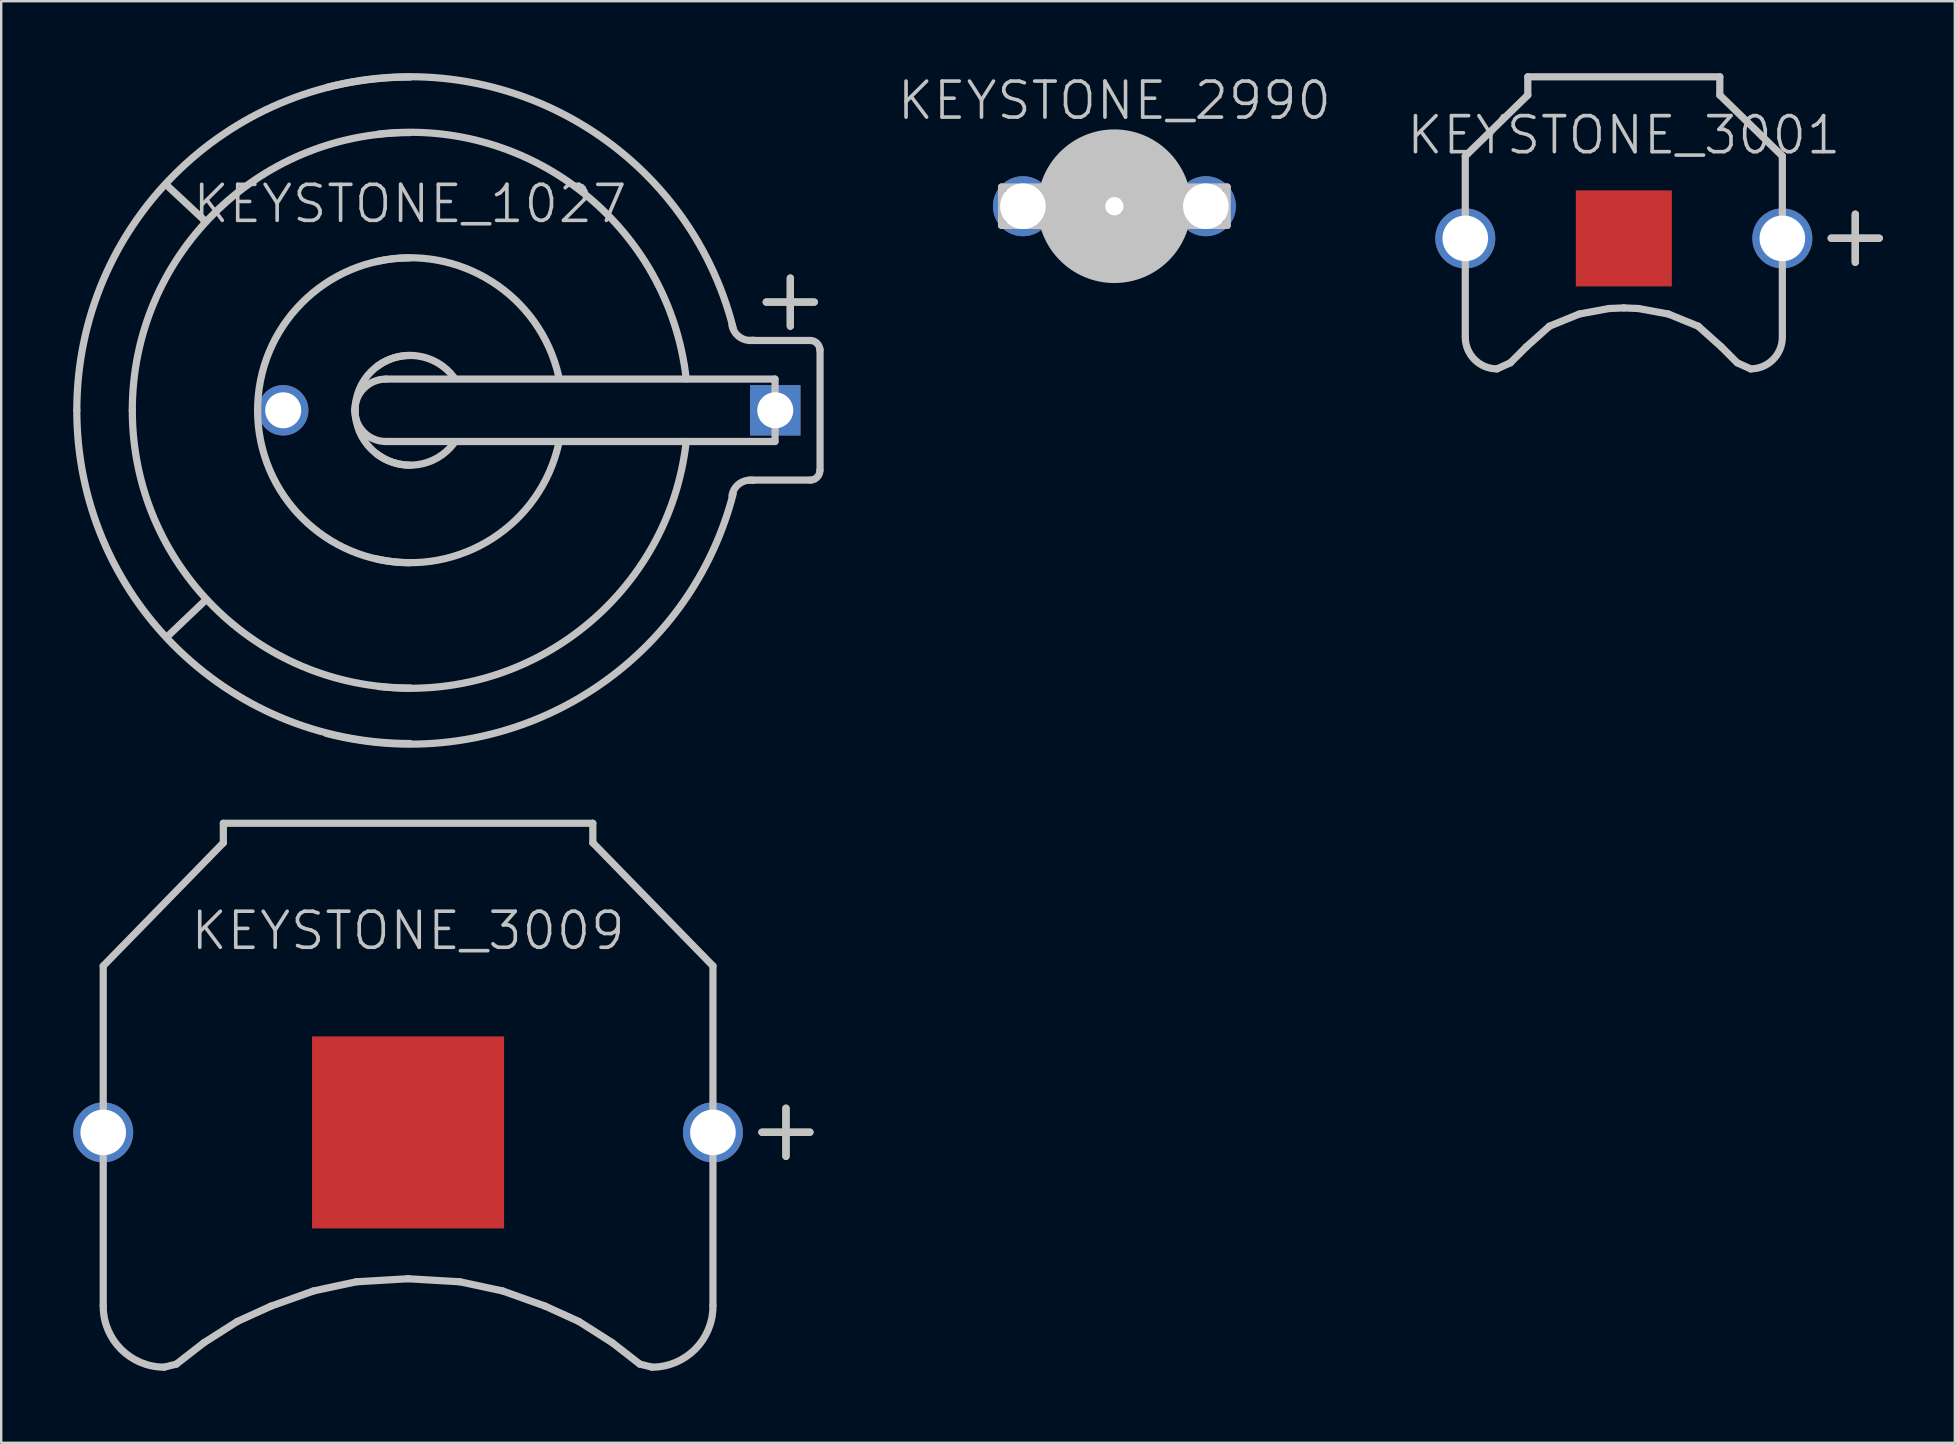
<source format=kicad_pcb>
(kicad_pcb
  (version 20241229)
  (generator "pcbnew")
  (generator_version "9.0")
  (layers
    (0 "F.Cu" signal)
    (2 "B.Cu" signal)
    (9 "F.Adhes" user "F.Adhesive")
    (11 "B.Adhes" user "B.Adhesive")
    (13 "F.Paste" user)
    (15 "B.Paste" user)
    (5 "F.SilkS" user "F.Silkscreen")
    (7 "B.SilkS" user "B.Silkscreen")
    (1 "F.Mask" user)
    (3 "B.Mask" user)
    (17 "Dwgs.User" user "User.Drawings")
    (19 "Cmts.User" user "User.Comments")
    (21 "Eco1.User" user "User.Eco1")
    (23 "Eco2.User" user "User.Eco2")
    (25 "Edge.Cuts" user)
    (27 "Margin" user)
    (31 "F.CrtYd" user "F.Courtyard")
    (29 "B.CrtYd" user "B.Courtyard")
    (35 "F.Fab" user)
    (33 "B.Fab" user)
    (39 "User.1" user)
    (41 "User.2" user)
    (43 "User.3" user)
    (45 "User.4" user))
  (footprint "KEYSTONE_2990"
    (layer "F.Cu")
    (at 43.373 5.541)
    (property "Reference" "KEYSTONE_2990" (at 0 -4.4 0) (layer "Dwgs.User") (effects (font (size 1.5 1.5) (thickness 0.15))))
    (attr through_hole)
    (fp_line (start -4.7 -0.8) (end -4.7 0.8) (stroke (width 0.3) (type solid)) (layer "Dwgs.User"))
    (fp_line (start -4.7 -0.8) (end -3 -0.8) (stroke (width 0.3) (type solid)) (layer "Dwgs.User"))
    (fp_line (start -4.7 0.8) (end -3 0.8) (stroke (width 0.3) (type solid)) (layer "Dwgs.User"))
    (fp_line (start 4.7 -0.8) (end 3 -0.8) (stroke (width 0.3) (type solid)) (layer "Dwgs.User"))
    (fp_line (start 4.7 -0.8) (end 4.7 0.8) (stroke (width 0.3) (type solid)) (layer "Dwgs.User"))
    (fp_line (start 4.7 0.8) (end 3 0.8) (stroke (width 0.3) (type solid)) (layer "Dwgs.User"))
    (pad "" np_thru_hole circle (at 0 0) (size 6.4 6.4) (drill 0.762) (layers "Dwgs.User"))
    (pad "1" thru_hole circle (at -3.81 0) (size 2.5 2.5) (drill 1.9) (layers "*.Cu" "*.Mask"))
    (pad "1" thru_hole circle (at 3.81 0) (size 2.5 2.5) (drill 1.9) (layers "*.Cu" "*.Mask")))
  (footprint "KEYSTONE_3001"
    (layer "F.Cu")
    (at 64.595 6.881)
    (property "Reference" "KEYSTONE_3001" (at 0 -4.3 0) (layer "Dwgs.User") (effects (font (size 1.5 1.5) (thickness 0.15))))
    (attr through_hole)
    (fp_line (start 8.639 -0.009) (end 10.64 -0.009) (stroke (width 0.3) (type solid)) (layer "F.SilkS"))
    (fp_line (start 9.642 0.995) (end 9.642 -1.009) (stroke (width 0.3) (type solid)) (layer "F.SilkS"))
    (fp_line (start -6.604 -3.429) (end -6.604 4.064) (stroke (width 0.3) (type solid)) (layer "Dwgs.User"))
    (fp_line (start -5.283 5.436) (end -4.724 5.182) (stroke (width 0.3) (type solid)) (layer "Dwgs.User"))
    (fp_line (start -4.064 4.521) (end -4.724 5.182) (stroke (width 0.3) (type solid)) (layer "Dwgs.User"))
    (fp_line (start -4 -6.731) (end -4 -5.969) (stroke (width 0.3) (type solid)) (layer "Dwgs.User"))
    (fp_line (start -4 -6.731) (end 4 -6.731) (stroke (width 0.3) (type solid)) (layer "Dwgs.User"))
    (fp_line (start -4 -5.969) (end -6.604 -3.429) (stroke (width 0.3) (type solid)) (layer "Dwgs.User"))
    (fp_line (start -3.099 3.658) (end -4.064 4.521) (stroke (width 0.3) (type solid)) (layer "Dwgs.User"))
    (fp_line (start -3.099 3.658) (end -1.854 3.15) (stroke (width 0.3) (type solid)) (layer "Dwgs.User"))
    (fp_line (start -1.854 3.15) (end -0.61 2.921) (stroke (width 0.3) (type solid)) (layer "Dwgs.User"))
    (fp_line (start -0.61 2.921) (end 0 2.896) (stroke (width 0.3) (type solid)) (layer "Dwgs.User"))
    (fp_line (start 0 2.896) (end 0.61 2.921) (stroke (width 0.3) (type solid)) (layer "Dwgs.User"))
    (fp_line (start 0.61 2.921) (end 1.854 3.15) (stroke (width 0.3) (type solid)) (layer "Dwgs.User"))
    (fp_line (start 1.854 3.15) (end 3.099 3.658) (stroke (width 0.3) (type solid)) (layer "Dwgs.User"))
    (fp_line (start 3.099 3.658) (end 4.064 4.521) (stroke (width 0.3) (type solid)) (layer "Dwgs.User"))
    (fp_line (start 3.999 -6.731) (end 3.999 -5.969) (stroke (width 0.3) (type solid)) (layer "Dwgs.User"))
    (fp_line (start 4 -5.969) (end 6.604 -3.429) (stroke (width 0.3) (type solid)) (layer "Dwgs.User"))
    (fp_line (start 4.064 4.521) (end 4.724 5.182) (stroke (width 0.3) (type solid)) (layer "Dwgs.User"))
    (fp_line (start 4.724 5.182) (end 5.283 5.436) (stroke (width 0.3) (type solid)) (layer "Dwgs.User"))
    (fp_line (start 6.604 -3.429) (end 6.604 4.064) (stroke (width 0.3) (type solid)) (layer "Dwgs.User"))
    (fp_line (start 8.639 -0.009) (end 10.64 -0.009) (stroke (width 0.3) (type solid)) (layer "Dwgs.User"))
    (fp_line (start 9.642 0.995) (end 9.642 -1.009) (stroke (width 0.3) (type solid)) (layer "Dwgs.User"))
    (fp_arc (start -5.2832 5.4356) (mid -6.217147 5.048747) (end -6.604 4.1148) (stroke (width 0.3) (type solid)) (layer "Dwgs.User"))
    (fp_arc (start 6.604 4.1148) (mid 6.217147 5.048747) (end 5.2832 5.4356) (stroke (width 0.3) (type solid)) (layer "Dwgs.User"))
    (pad "1" thru_hole circle (at -6.604 0) (size 2.5 2.5) (drill 1.9) (layers "*.Cu" "*.Mask"))
    (pad "1" thru_hole circle (at 6.604 0) (size 2.5 2.5) (drill 1.9) (layers "*.Cu" "*.Mask"))
    (pad "2" smd rect (at 0 0) (size 4 4) (layers "F.Cu" "F.Mask" "F.Paste")))
  (footprint "KEYSTONE_3009"
    (layer "F.Cu")
    (at 13.95 44.124)
    (property "Reference" "KEYSTONE_3009" (at 0 -8.4 0) (layer "Dwgs.User") (effects (font (size 1.5 1.5) (thickness 0.15))))
    (attr through_hole)
    (fp_line (start 14.739 -0.009) (end 16.74 -0.009) (stroke (width 0.3) (type solid)) (layer "F.SilkS"))
    (fp_line (start 15.742 0.995) (end 15.742 -1.009) (stroke (width 0.3) (type solid)) (layer "F.SilkS"))
    (fp_line (start -12.7 -6.934) (end -12.7 7.214) (stroke (width 0.3) (type solid)) (layer "Dwgs.User"))
    (fp_line (start -10.16 9.779) (end -9.652 9.652) (stroke (width 0.3) (type solid)) (layer "Dwgs.User"))
    (fp_line (start -9.652 9.652) (end -8.509 8.763) (stroke (width 0.3) (type solid)) (layer "Dwgs.User"))
    (fp_line (start -8.509 8.763) (end -7.112 7.874) (stroke (width 0.3) (type solid)) (layer "Dwgs.User"))
    (fp_line (start -7.696 -12.878) (end -7.696 -12.065) (stroke (width 0.3) (type solid)) (layer "Dwgs.User"))
    (fp_line (start -7.696 -12.878) (end 7.696 -12.878) (stroke (width 0.3) (type solid)) (layer "Dwgs.User"))
    (fp_line (start -7.696 -12.065) (end -12.7 -6.934) (stroke (width 0.3) (type solid)) (layer "Dwgs.User"))
    (fp_line (start -7.112 7.874) (end -5.715 7.239) (stroke (width 0.3) (type solid)) (layer "Dwgs.User"))
    (fp_line (start -5.715 7.239) (end -3.937 6.604) (stroke (width 0.3) (type solid)) (layer "Dwgs.User"))
    (fp_line (start -3.937 6.604) (end -2.159 6.223) (stroke (width 0.3) (type solid)) (layer "Dwgs.User"))
    (fp_line (start -2.159 6.223) (end 0 6.096) (stroke (width 0.3) (type solid)) (layer "Dwgs.User"))
    (fp_line (start 0 6.096) (end 2.159 6.223) (stroke (width 0.3) (type solid)) (layer "Dwgs.User"))
    (fp_line (start 2.159 6.223) (end 3.937 6.604) (stroke (width 0.3) (type solid)) (layer "Dwgs.User"))
    (fp_line (start 3.937 6.604) (end 5.715 7.239) (stroke (width 0.3) (type solid)) (layer "Dwgs.User"))
    (fp_line (start 5.715 7.239) (end 7.112 7.874) (stroke (width 0.3) (type solid)) (layer "Dwgs.User"))
    (fp_line (start 7.112 7.874) (end 8.509 8.763) (stroke (width 0.3) (type solid)) (layer "Dwgs.User"))
    (fp_line (start 7.696 -12.878) (end 7.696 -12.065) (stroke (width 0.3) (type solid)) (layer "Dwgs.User"))
    (fp_line (start 7.696 -12.065) (end 12.7 -6.934) (stroke (width 0.3) (type solid)) (layer "Dwgs.User"))
    (fp_line (start 8.509 8.763) (end 9.652 9.652) (stroke (width 0.3) (type solid)) (layer "Dwgs.User"))
    (fp_line (start 9.652 9.652) (end 10.16 9.779) (stroke (width 0.3) (type solid)) (layer "Dwgs.User"))
    (fp_line (start 12.7 -6.934) (end 12.7 7.214) (stroke (width 0.3) (type solid)) (layer "Dwgs.User"))
    (fp_line (start 14.739 -0.009) (end 16.74 -0.009) (stroke (width 0.3) (type solid)) (layer "Dwgs.User"))
    (fp_line (start 15.742 0.995) (end 15.742 -1.009) (stroke (width 0.3) (type solid)) (layer "Dwgs.User"))
    (fp_arc (start -10.16 9.779) (mid -11.956051 9.035051) (end -12.7 7.239) (stroke (width 0.3) (type solid)) (layer "Dwgs.User"))
    (fp_arc (start 12.7 7.239) (mid 11.956051 9.035051) (end 10.16 9.779) (stroke (width 0.3) (type solid)) (layer "Dwgs.User"))
    (pad "1" thru_hole circle (at -12.7 0) (size 2.5 2.5) (drill 1.9) (layers "*.Cu" "*.Mask"))
    (pad "1" thru_hole circle (at 12.7 0) (size 2.5 2.5) (drill 1.9) (layers "*.Cu" "*.Mask"))
    (pad "2" smd rect (at 0 0) (size 8 8) (layers "F.Cu" "F.Mask" "F.Paste")))
  (footprint "KEYSTONE_1027"
    (layer "F.Cu")
    (at 14.031 14.042)
    (property "Reference" "KEYSTONE_1027" (at 0 -8.6 0) (layer "Dwgs.User") (effects (font (size 1.5 1.5) (thickness 0.15))))
    (attr through_hole)
    (fp_line (start 14.839 -4.508) (end 16.84 -4.508) (stroke (width 0.3) (type solid)) (layer "F.SilkS"))
    (fp_line (start 15.842 -3.505) (end 15.842 -5.509) (stroke (width 0.3) (type solid)) (layer "F.SilkS"))
    (fp_line (start -8.509 -7.861) (end -10.173 -9.411) (stroke (width 0.3) (type solid)) (layer "Dwgs.User"))
    (fp_line (start -8.496 7.887) (end -10.135 9.449) (stroke (width 0.3) (type solid)) (layer "Dwgs.User"))
    (fp_line (start -1.001 -1.3) (end 15.199 -1.3) (stroke (width 0.3) (type solid)) (layer "Dwgs.User"))
    (fp_line (start 14.839 -4.508) (end 16.84 -4.508) (stroke (width 0.3) (type solid)) (layer "Dwgs.User"))
    (fp_line (start 15.199 1.3) (end -1.001 1.3) (stroke (width 0.3) (type solid)) (layer "Dwgs.User"))
    (fp_line (start 15.207 -1.3) (end 15.207 1.3) (stroke (width 0.3) (type solid)) (layer "Dwgs.User"))
    (fp_line (start 15.842 -3.505) (end 15.842 -5.509) (stroke (width 0.3) (type solid)) (layer "Dwgs.User"))
    (fp_line (start 16.675 -2.908) (end 14.148 -2.908) (stroke (width 0.3) (type solid)) (layer "Dwgs.User"))
    (fp_line (start 16.675 2.908) (end 14.148 2.908) (stroke (width 0.3) (type solid)) (layer "Dwgs.User"))
    (fp_line (start 17.081 -2.54) (end 17.081 2.489) (stroke (width 0.3) (type solid)) (layer "Dwgs.User"))
    (fp_arc (start -13.8811 0) (mid -9.81542 -9.81542) (end 0 -13.8811) (stroke (width 0.3) (type solid)) (layer "Dwgs.User"))
    (fp_arc (start -11.5697 0) (mid -8.181013 -8.181013) (end 0 -11.5697) (stroke (width 0.3) (type solid)) (layer "Dwgs.User"))
    (fp_arc (start -6.35 0.0254) (mid -4.508089 -4.472168) (end -0.0254 -6.35) (stroke (width 0.3) (type solid)) (layer "Dwgs.User"))
    (fp_arc (start -3.429 -13.462) (mid 7.094402 -11.943741) (end 13.462 -3.429) (stroke (width 0.3) (type solid)) (layer "Dwgs.User"))
    (fp_arc (start -2.30124 0) (mid -1.920338 -0.919578) (end -1.00076 -1.30048) (stroke (width 0.3) (type solid)) (layer "Dwgs.User"))
    (fp_arc (start -2.286 0) (mid -1.616446 -1.616446) (end 0 -2.286) (stroke (width 0.3) (type solid)) (layer "Dwgs.User"))
    (fp_arc (start -1.397 -6.1976) (mid 3.394537 -5.370193) (end 6.1976 -1.397) (stroke (width 0.3) (type solid)) (layer "Dwgs.User"))
    (fp_arc (start -1.3716 -1.8288) (mid 0.323289 -2.263025) (end 1.8288 -1.3716) (stroke (width 0.3) (type solid)) (layer "Dwgs.User"))
    (fp_arc (start -1.3081 -11.5062) (mid 7.211146 -9.061078) (end 11.5062 -1.3081) (stroke (width 0.3) (type solid)) (layer "Dwgs.User"))
    (fp_arc (start -1.00076 1.30048) (mid -1.920338 0.919578) (end -2.30124 0) (stroke (width 0.3) (type solid)) (layer "Dwgs.User"))
    (fp_arc (start 0 2.286) (mid -1.616446 1.616446) (end -2.286 0) (stroke (width 0.3) (type solid)) (layer "Dwgs.User"))
    (fp_arc (start 0 6.35) (mid -4.490128 4.490128) (end -6.35 0) (stroke (width 0.3) (type solid)) (layer "Dwgs.User"))
    (fp_arc (start 0 11.5697) (mid -8.181013 8.181013) (end -11.5697 0) (stroke (width 0.3) (type solid)) (layer "Dwgs.User"))
    (fp_arc (start 0 13.8811) (mid -9.81542 9.81542) (end -13.8811 0) (stroke (width 0.3) (type solid)) (layer "Dwgs.User"))
    (fp_arc (start 1.8288 1.3716) (mid 0.323289 2.263025) (end -1.3716 1.8288) (stroke (width 0.3) (type solid)) (layer "Dwgs.User"))
    (fp_arc (start 6.1976 1.3716) (mid 3.412497 5.352233) (end -1.3716 6.1976) (stroke (width 0.3) (type solid)) (layer "Dwgs.User"))
    (fp_arc (start 11.5062 1.3) (mid 7.216873 9.055351) (end -1.3 11.5062) (stroke (width 0.3) (type solid)) (layer "Dwgs.User"))
    (fp_arc (start 13.4112 3.556) (mid 13.724187 3.054382) (end 14.3002 2.921) (stroke (width 0.3) (type solid)) (layer "Dwgs.User"))
    (fp_arc (start 13.462 3.4798) (mid 7.058481 11.979662) (end -3.4798 13.462) (stroke (width 0.3) (type solid)) (layer "Dwgs.User"))
    (fp_arc (start 14.3002 -2.921) (mid 13.724187 -3.054382) (end 13.4112 -3.556) (stroke (width 0.3) (type solid)) (layer "Dwgs.User"))
    (fp_arc (start 16.67256 -2.9083) (mid 16.956336 -2.790756) (end 17.07388 -2.50698) (stroke (width 0.3) (type solid)) (layer "Dwgs.User"))
    (fp_arc (start 17.07388 2.50698) (mid 16.956336 2.790756) (end 16.67256 2.9083) (stroke (width 0.3) (type solid)) (layer "Dwgs.User"))
    (pad "1" thru_hole rect (at 15.215 0) (size 2.1 2.1) (drill 1.5) (layers "*.Cu" "*.Mask"))
    (pad "2" thru_hole circle (at -5.283 0) (size 2.1 2.1) (drill 1.5) (layers "*.Cu" "*.Mask")))
  (gr_rect
    (start -3 -3)
    (end 78.385 57.053)
    (stroke (width 0.1) (type default))
    (fill no)
    (layer "Edge.Cuts")))
</source>
